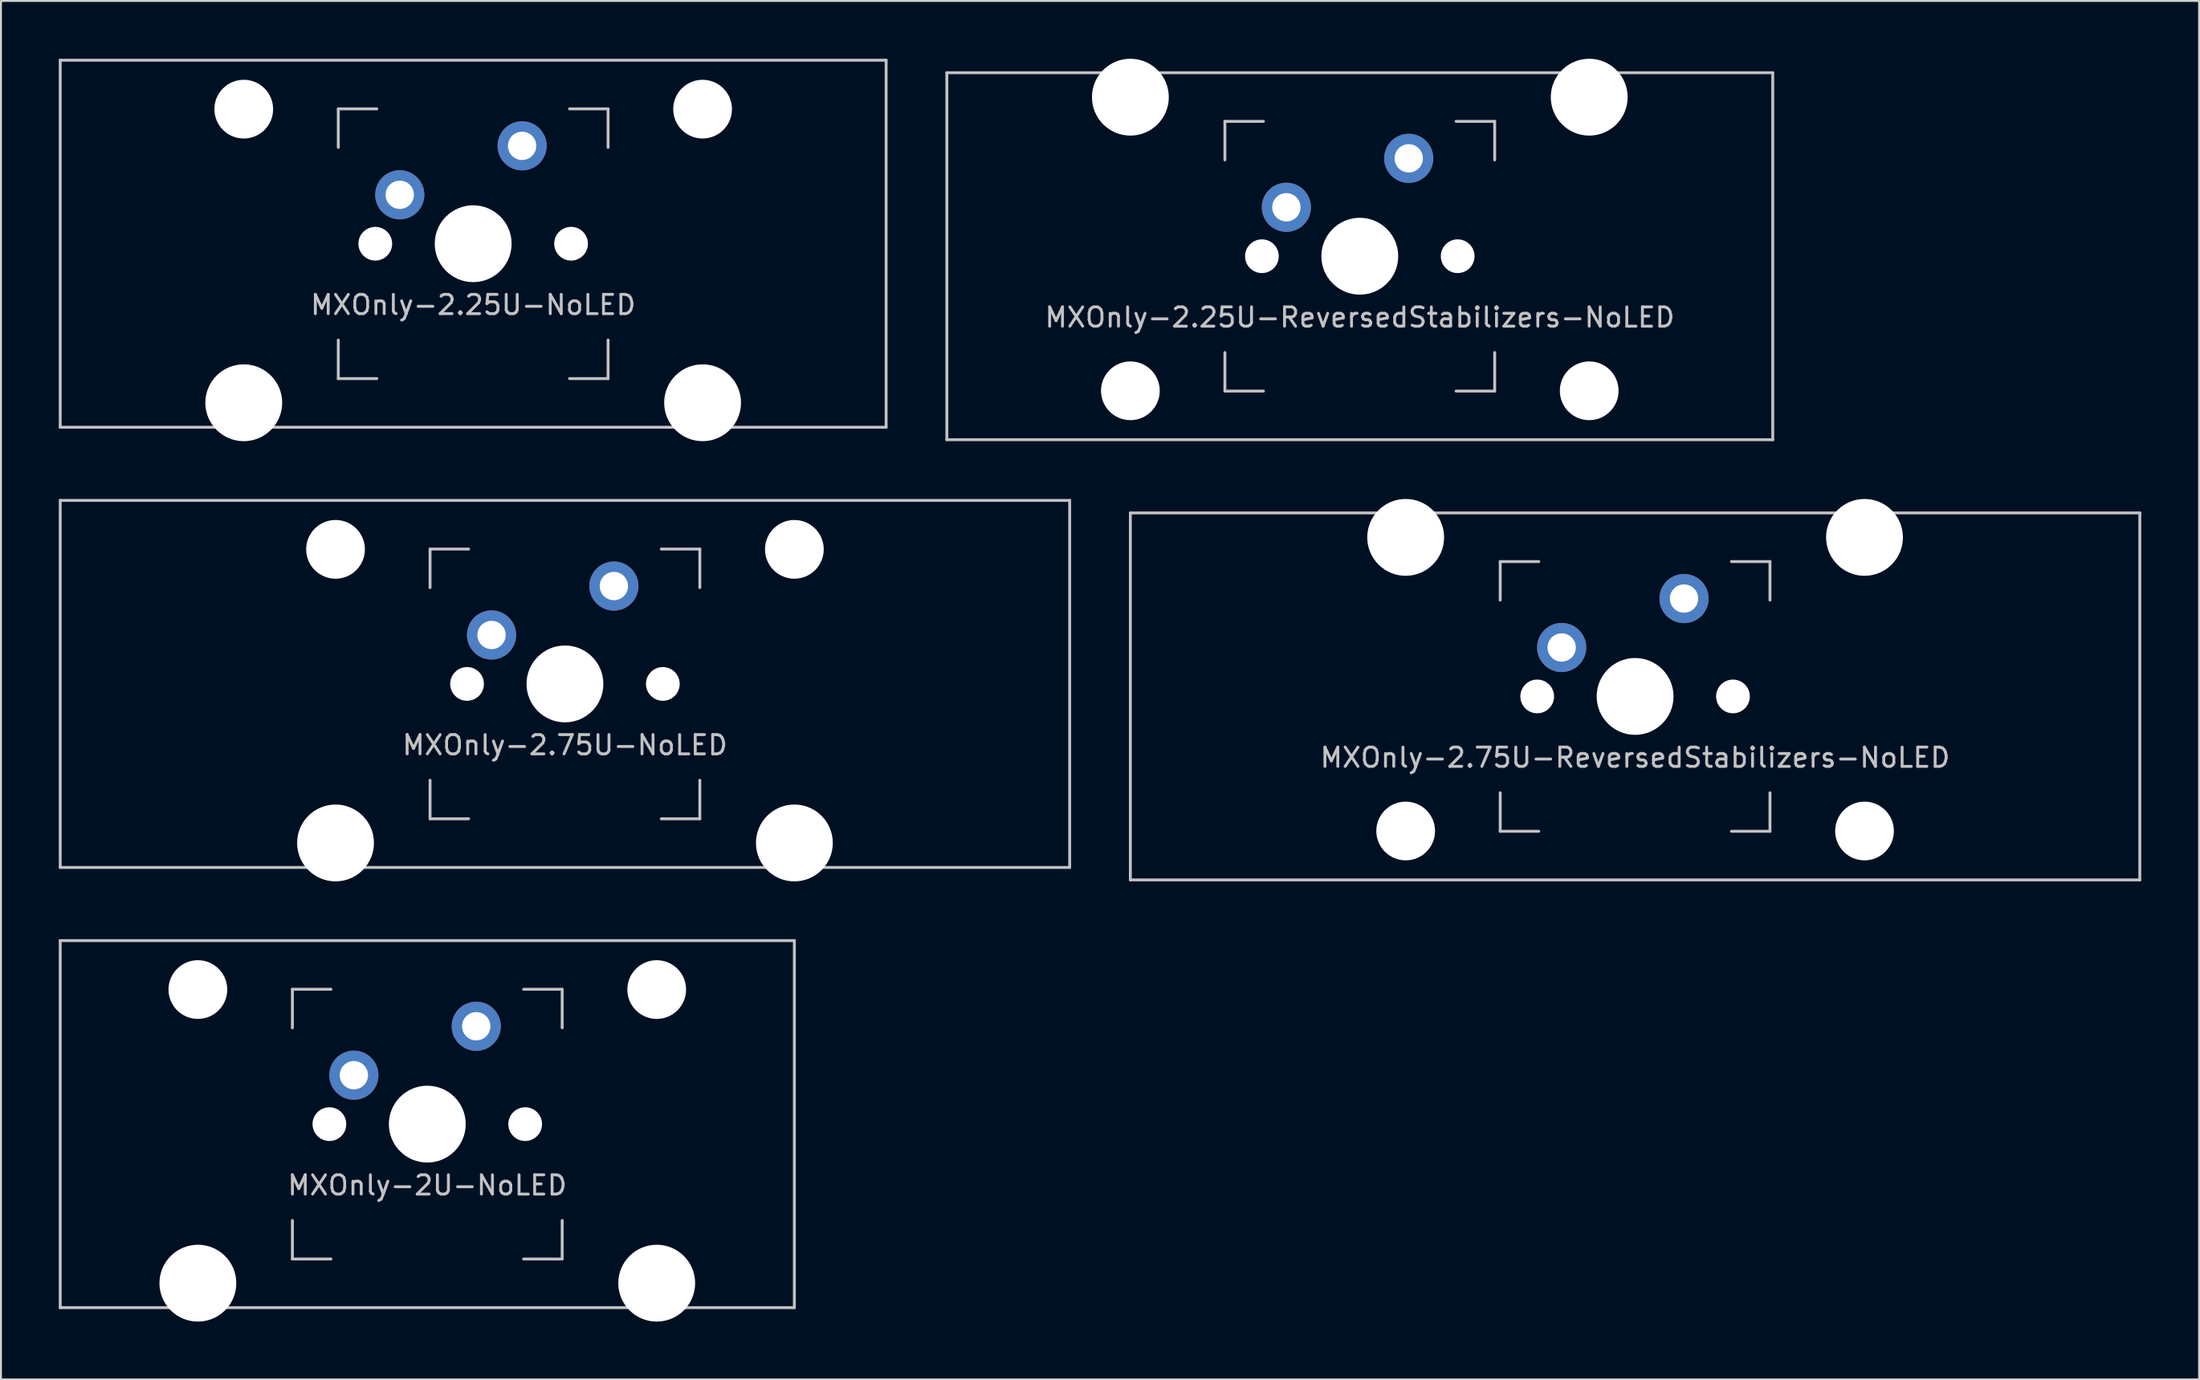
<source format=kicad_pcb>
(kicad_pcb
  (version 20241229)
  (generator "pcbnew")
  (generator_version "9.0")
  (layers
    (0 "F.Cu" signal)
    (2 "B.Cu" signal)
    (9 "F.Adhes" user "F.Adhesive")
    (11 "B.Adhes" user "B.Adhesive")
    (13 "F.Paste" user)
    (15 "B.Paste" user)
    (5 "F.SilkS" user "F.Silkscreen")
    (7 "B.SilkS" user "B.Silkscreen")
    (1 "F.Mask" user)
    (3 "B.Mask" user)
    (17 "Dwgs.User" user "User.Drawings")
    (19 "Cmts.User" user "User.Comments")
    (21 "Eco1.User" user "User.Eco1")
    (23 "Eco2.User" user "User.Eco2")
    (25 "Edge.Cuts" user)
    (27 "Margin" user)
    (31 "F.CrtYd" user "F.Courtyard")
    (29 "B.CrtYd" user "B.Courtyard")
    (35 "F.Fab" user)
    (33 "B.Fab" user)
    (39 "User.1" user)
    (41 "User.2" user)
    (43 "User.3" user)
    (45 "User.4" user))
  (footprint "MXOnly-2U-NoLED"
    (layer "F.Cu")
    (at 19.125 55.298)
    (property "Reference" "MXOnly-2U-NoLED" (at 0 3.175 0) (layer "Dwgs.User") (effects (font (size 1 1) (thickness 0.15))))
    (attr through_hole)
    (fp_line (start -19.05 -9.525) (end 19.05 -9.525) (stroke (width 0.15) (type solid)) (layer "Dwgs.User"))
    (fp_line (start -19.05 9.525) (end -19.05 -9.525) (stroke (width 0.15) (type solid)) (layer "Dwgs.User"))
    (fp_line (start -19.05 9.525) (end 19.05 9.525) (stroke (width 0.15) (type solid)) (layer "Dwgs.User"))
    (fp_line (start -7 -7) (end -7 -5) (stroke (width 0.15) (type solid)) (layer "Dwgs.User"))
    (fp_line (start -7 5) (end -7 7) (stroke (width 0.15) (type solid)) (layer "Dwgs.User"))
    (fp_line (start -7 7) (end -5 7) (stroke (width 0.15) (type solid)) (layer "Dwgs.User"))
    (fp_line (start -5 -7) (end -7 -7) (stroke (width 0.15) (type solid)) (layer "Dwgs.User"))
    (fp_line (start 5 -7) (end 7 -7) (stroke (width 0.15) (type solid)) (layer "Dwgs.User"))
    (fp_line (start 5 7) (end 7 7) (stroke (width 0.15) (type solid)) (layer "Dwgs.User"))
    (fp_line (start 7 -7) (end 7 -5) (stroke (width 0.15) (type solid)) (layer "Dwgs.User"))
    (fp_line (start 7 7) (end 7 5) (stroke (width 0.15) (type solid)) (layer "Dwgs.User"))
    (fp_line (start 19.05 -9.525) (end 19.05 9.525) (stroke (width 0.15) (type solid)) (layer "Dwgs.User"))
    (pad "" np_thru_hole circle (at -11.906 -6.985) (size 3.048 3.048) (drill 3.048) (layers "*.Cu" "*.Mask"))
    (pad "" np_thru_hole circle (at -11.906 8.255) (size 3.988 3.988) (drill 3.988) (layers "*.Cu" "*.Mask"))
    (pad "" np_thru_hole circle (at -5.08 0 48.1) (size 1.75 1.75) (drill 1.75) (layers "*.Cu" "*.Mask"))
    (pad "" np_thru_hole circle (at 0 0) (size 3.988 3.988) (drill 3.988) (layers "*.Cu" "*.Mask"))
    (pad "" np_thru_hole circle (at 5.08 0 48.1) (size 1.75 1.75) (drill 1.75) (layers "*.Cu" "*.Mask"))
    (pad "" np_thru_hole circle (at 11.906 -6.985) (size 3.048 3.048) (drill 3.048) (layers "*.Cu" "*.Mask"))
    (pad "" np_thru_hole circle (at 11.906 8.255) (size 3.988 3.988) (drill 3.988) (layers "*.Cu" "*.Mask"))
    (pad "1" thru_hole circle (at -3.81 -2.54) (size 2.55 2.55) (drill 1.47) (layers "*.Cu" "B.Mask"))
    (pad "2" thru_hole circle (at 2.54 -5.08) (size 2.55 2.55) (drill 1.47) (layers "*.Cu" "B.Mask")))
  (footprint "MXOnly-2.75U-NoLED"
    (layer "F.Cu")
    (at 26.269 32.449)
    (property "Reference" "MXOnly-2.75U-NoLED" (at 0 3.175 0) (layer "Dwgs.User") (effects (font (size 1 1) (thickness 0.15))))
    (attr through_hole)
    (fp_line (start -26.194 -9.525) (end 26.194 -9.525) (stroke (width 0.15) (type solid)) (layer "Dwgs.User"))
    (fp_line (start -26.194 9.525) (end -26.194 -9.525) (stroke (width 0.15) (type solid)) (layer "Dwgs.User"))
    (fp_line (start -26.194 9.525) (end 26.194 9.525) (stroke (width 0.15) (type solid)) (layer "Dwgs.User"))
    (fp_line (start -7 -7) (end -7 -5) (stroke (width 0.15) (type solid)) (layer "Dwgs.User"))
    (fp_line (start -7 5) (end -7 7) (stroke (width 0.15) (type solid)) (layer "Dwgs.User"))
    (fp_line (start -7 7) (end -5 7) (stroke (width 0.15) (type solid)) (layer "Dwgs.User"))
    (fp_line (start -5 -7) (end -7 -7) (stroke (width 0.15) (type solid)) (layer "Dwgs.User"))
    (fp_line (start 5 -7) (end 7 -7) (stroke (width 0.15) (type solid)) (layer "Dwgs.User"))
    (fp_line (start 5 7) (end 7 7) (stroke (width 0.15) (type solid)) (layer "Dwgs.User"))
    (fp_line (start 7 -7) (end 7 -5) (stroke (width 0.15) (type solid)) (layer "Dwgs.User"))
    (fp_line (start 7 7) (end 7 5) (stroke (width 0.15) (type solid)) (layer "Dwgs.User"))
    (fp_line (start 26.194 -9.525) (end 26.194 9.525) (stroke (width 0.15) (type solid)) (layer "Dwgs.User"))
    (pad "" np_thru_hole circle (at -11.906 -6.985) (size 3.048 3.048) (drill 3.048) (layers "*.Cu" "*.Mask"))
    (pad "" np_thru_hole circle (at -11.906 8.255) (size 3.988 3.988) (drill 3.988) (layers "*.Cu" "*.Mask"))
    (pad "" np_thru_hole circle (at -5.08 0 48.1) (size 1.75 1.75) (drill 1.75) (layers "*.Cu" "*.Mask"))
    (pad "" np_thru_hole circle (at 0 0) (size 3.988 3.988) (drill 3.988) (layers "*.Cu" "*.Mask"))
    (pad "" np_thru_hole circle (at 5.08 0 48.1) (size 1.75 1.75) (drill 1.75) (layers "*.Cu" "*.Mask"))
    (pad "" np_thru_hole circle (at 11.906 -6.985) (size 3.048 3.048) (drill 3.048) (layers "*.Cu" "*.Mask"))
    (pad "" np_thru_hole circle (at 11.906 8.255) (size 3.988 3.988) (drill 3.988) (layers "*.Cu" "*.Mask"))
    (pad "1" thru_hole circle (at -3.81 -2.54) (size 2.55 2.55) (drill 1.47) (layers "*.Cu" "B.Mask"))
    (pad "2" thru_hole circle (at 2.54 -5.08) (size 2.55 2.55) (drill 1.47) (layers "*.Cu" "B.Mask")))
  (footprint "MXOnly-2.75U-ReversedStabilizers-NoLED"
    (layer "F.Cu")
    (at 81.806 33.098)
    (property "Reference" "MXOnly-2.75U-ReversedStabilizers-NoLED" (at 0 3.175 0) (layer "Dwgs.User") (effects (font (size 1 1) (thickness 0.15))))
    (attr through_hole)
    (fp_line (start -26.194 -9.525) (end 26.194 -9.525) (stroke (width 0.15) (type solid)) (layer "Dwgs.User"))
    (fp_line (start -26.194 9.525) (end -26.194 -9.525) (stroke (width 0.15) (type solid)) (layer "Dwgs.User"))
    (fp_line (start -26.194 9.525) (end 26.194 9.525) (stroke (width 0.15) (type solid)) (layer "Dwgs.User"))
    (fp_line (start -7 -7) (end -7 -5) (stroke (width 0.15) (type solid)) (layer "Dwgs.User"))
    (fp_line (start -7 5) (end -7 7) (stroke (width 0.15) (type solid)) (layer "Dwgs.User"))
    (fp_line (start -7 7) (end -5 7) (stroke (width 0.15) (type solid)) (layer "Dwgs.User"))
    (fp_line (start -5 -7) (end -7 -7) (stroke (width 0.15) (type solid)) (layer "Dwgs.User"))
    (fp_line (start 5 -7) (end 7 -7) (stroke (width 0.15) (type solid)) (layer "Dwgs.User"))
    (fp_line (start 5 7) (end 7 7) (stroke (width 0.15) (type solid)) (layer "Dwgs.User"))
    (fp_line (start 7 -7) (end 7 -5) (stroke (width 0.15) (type solid)) (layer "Dwgs.User"))
    (fp_line (start 7 7) (end 7 5) (stroke (width 0.15) (type solid)) (layer "Dwgs.User"))
    (fp_line (start 26.194 -9.525) (end 26.194 9.525) (stroke (width 0.15) (type solid)) (layer "Dwgs.User"))
    (pad "" np_thru_hole circle (at -11.906 -8.255) (size 3.988 3.988) (drill 3.988) (layers "*.Cu" "*.Mask"))
    (pad "" np_thru_hole circle (at -11.906 6.985) (size 3.048 3.048) (drill 3.048) (layers "*.Cu" "*.Mask"))
    (pad "" np_thru_hole circle (at -5.08 0 48.1) (size 1.75 1.75) (drill 1.75) (layers "*.Cu" "*.Mask"))
    (pad "" np_thru_hole circle (at 0 0) (size 3.988 3.988) (drill 3.988) (layers "*.Cu" "*.Mask"))
    (pad "" np_thru_hole circle (at 5.08 0 48.1) (size 1.75 1.75) (drill 1.75) (layers "*.Cu" "*.Mask"))
    (pad "" np_thru_hole circle (at 11.906 -8.255) (size 3.988 3.988) (drill 3.988) (layers "*.Cu" "*.Mask"))
    (pad "" np_thru_hole circle (at 11.906 6.985) (size 3.048 3.048) (drill 3.048) (layers "*.Cu" "*.Mask"))
    (pad "1" thru_hole circle (at -3.81 -2.54) (size 2.55 2.55) (drill 1.47) (layers "*.Cu" "B.Mask"))
    (pad "2" thru_hole circle (at 2.54 -5.08) (size 2.55 2.55) (drill 1.47) (layers "*.Cu" "B.Mask")))
  (footprint "MXOnly-2.25U-ReversedStabilizers-NoLED"
    (layer "F.Cu")
    (at 67.519 10.249)
    (property "Reference" "MXOnly-2.25U-ReversedStabilizers-NoLED" (at 0 3.175 0) (layer "Dwgs.User") (effects (font (size 1 1) (thickness 0.15))))
    (attr through_hole)
    (fp_line (start -21.431 -9.525) (end 21.431 -9.525) (stroke (width 0.15) (type solid)) (layer "Dwgs.User"))
    (fp_line (start -21.431 9.525) (end -21.431 -9.525) (stroke (width 0.15) (type solid)) (layer "Dwgs.User"))
    (fp_line (start -21.431 9.525) (end 21.431 9.525) (stroke (width 0.15) (type solid)) (layer "Dwgs.User"))
    (fp_line (start -7 -7) (end -7 -5) (stroke (width 0.15) (type solid)) (layer "Dwgs.User"))
    (fp_line (start -7 5) (end -7 7) (stroke (width 0.15) (type solid)) (layer "Dwgs.User"))
    (fp_line (start -7 7) (end -5 7) (stroke (width 0.15) (type solid)) (layer "Dwgs.User"))
    (fp_line (start -5 -7) (end -7 -7) (stroke (width 0.15) (type solid)) (layer "Dwgs.User"))
    (fp_line (start 5 -7) (end 7 -7) (stroke (width 0.15) (type solid)) (layer "Dwgs.User"))
    (fp_line (start 5 7) (end 7 7) (stroke (width 0.15) (type solid)) (layer "Dwgs.User"))
    (fp_line (start 7 -7) (end 7 -5) (stroke (width 0.15) (type solid)) (layer "Dwgs.User"))
    (fp_line (start 7 7) (end 7 5) (stroke (width 0.15) (type solid)) (layer "Dwgs.User"))
    (fp_line (start 21.431 -9.525) (end 21.431 9.525) (stroke (width 0.15) (type solid)) (layer "Dwgs.User"))
    (pad "" np_thru_hole circle (at -11.906 -8.255) (size 3.988 3.988) (drill 3.988) (layers "*.Cu" "*.Mask"))
    (pad "" np_thru_hole circle (at -11.906 6.985) (size 3.048 3.048) (drill 3.048) (layers "*.Cu" "*.Mask"))
    (pad "" np_thru_hole circle (at -5.08 0 48.1) (size 1.75 1.75) (drill 1.75) (layers "*.Cu" "*.Mask"))
    (pad "" np_thru_hole circle (at 0 0) (size 3.988 3.988) (drill 3.988) (layers "*.Cu" "*.Mask"))
    (pad "" np_thru_hole circle (at 5.08 0 48.1) (size 1.75 1.75) (drill 1.75) (layers "*.Cu" "*.Mask"))
    (pad "" np_thru_hole circle (at 11.906 -8.255) (size 3.988 3.988) (drill 3.988) (layers "*.Cu" "*.Mask"))
    (pad "" np_thru_hole circle (at 11.906 6.985) (size 3.048 3.048) (drill 3.048) (layers "*.Cu" "*.Mask"))
    (pad "1" thru_hole circle (at -3.81 -2.54) (size 2.55 2.55) (drill 1.47) (layers "*.Cu" "B.Mask"))
    (pad "2" thru_hole circle (at 2.54 -5.08) (size 2.55 2.55) (drill 1.47) (layers "*.Cu" "B.Mask")))
  (footprint "MXOnly-2.25U-NoLED"
    (layer "F.Cu")
    (at 21.506 9.6)
    (property "Reference" "MXOnly-2.25U-NoLED" (at 0 3.175 0) (layer "Dwgs.User") (effects (font (size 1 1) (thickness 0.15))))
    (attr through_hole)
    (fp_line (start -21.431 -9.525) (end 21.431 -9.525) (stroke (width 0.15) (type solid)) (layer "Dwgs.User"))
    (fp_line (start -21.431 9.525) (end -21.431 -9.525) (stroke (width 0.15) (type solid)) (layer "Dwgs.User"))
    (fp_line (start -21.431 9.525) (end 21.431 9.525) (stroke (width 0.15) (type solid)) (layer "Dwgs.User"))
    (fp_line (start -7 -7) (end -7 -5) (stroke (width 0.15) (type solid)) (layer "Dwgs.User"))
    (fp_line (start -7 5) (end -7 7) (stroke (width 0.15) (type solid)) (layer "Dwgs.User"))
    (fp_line (start -7 7) (end -5 7) (stroke (width 0.15) (type solid)) (layer "Dwgs.User"))
    (fp_line (start -5 -7) (end -7 -7) (stroke (width 0.15) (type solid)) (layer "Dwgs.User"))
    (fp_line (start 5 -7) (end 7 -7) (stroke (width 0.15) (type solid)) (layer "Dwgs.User"))
    (fp_line (start 5 7) (end 7 7) (stroke (width 0.15) (type solid)) (layer "Dwgs.User"))
    (fp_line (start 7 -7) (end 7 -5) (stroke (width 0.15) (type solid)) (layer "Dwgs.User"))
    (fp_line (start 7 7) (end 7 5) (stroke (width 0.15) (type solid)) (layer "Dwgs.User"))
    (fp_line (start 21.431 -9.525) (end 21.431 9.525) (stroke (width 0.15) (type solid)) (layer "Dwgs.User"))
    (pad "" np_thru_hole circle (at -11.906 -6.985) (size 3.048 3.048) (drill 3.048) (layers "*.Cu" "*.Mask"))
    (pad "" np_thru_hole circle (at -11.906 8.255) (size 3.988 3.988) (drill 3.988) (layers "*.Cu" "*.Mask"))
    (pad "" np_thru_hole circle (at -5.08 0 48.1) (size 1.75 1.75) (drill 1.75) (layers "*.Cu" "*.Mask"))
    (pad "" np_thru_hole circle (at 0 0) (size 3.988 3.988) (drill 3.988) (layers "*.Cu" "*.Mask"))
    (pad "" np_thru_hole circle (at 5.08 0 48.1) (size 1.75 1.75) (drill 1.75) (layers "*.Cu" "*.Mask"))
    (pad "" np_thru_hole circle (at 11.906 -6.985) (size 3.048 3.048) (drill 3.048) (layers "*.Cu" "*.Mask"))
    (pad "" np_thru_hole circle (at 11.906 8.255) (size 3.988 3.988) (drill 3.988) (layers "*.Cu" "*.Mask"))
    (pad "1" thru_hole circle (at -3.81 -2.54) (size 2.55 2.55) (drill 1.47) (layers "*.Cu" "B.Mask"))
    (pad "2" thru_hole circle (at 2.54 -5.08) (size 2.55 2.55) (drill 1.47) (layers "*.Cu" "B.Mask")))
  (gr_rect
    (start -3 -3)
    (end 111.075 68.547)
    (stroke (width 0.1) (type default))
    (fill no)
    (layer "Edge.Cuts")))
</source>
